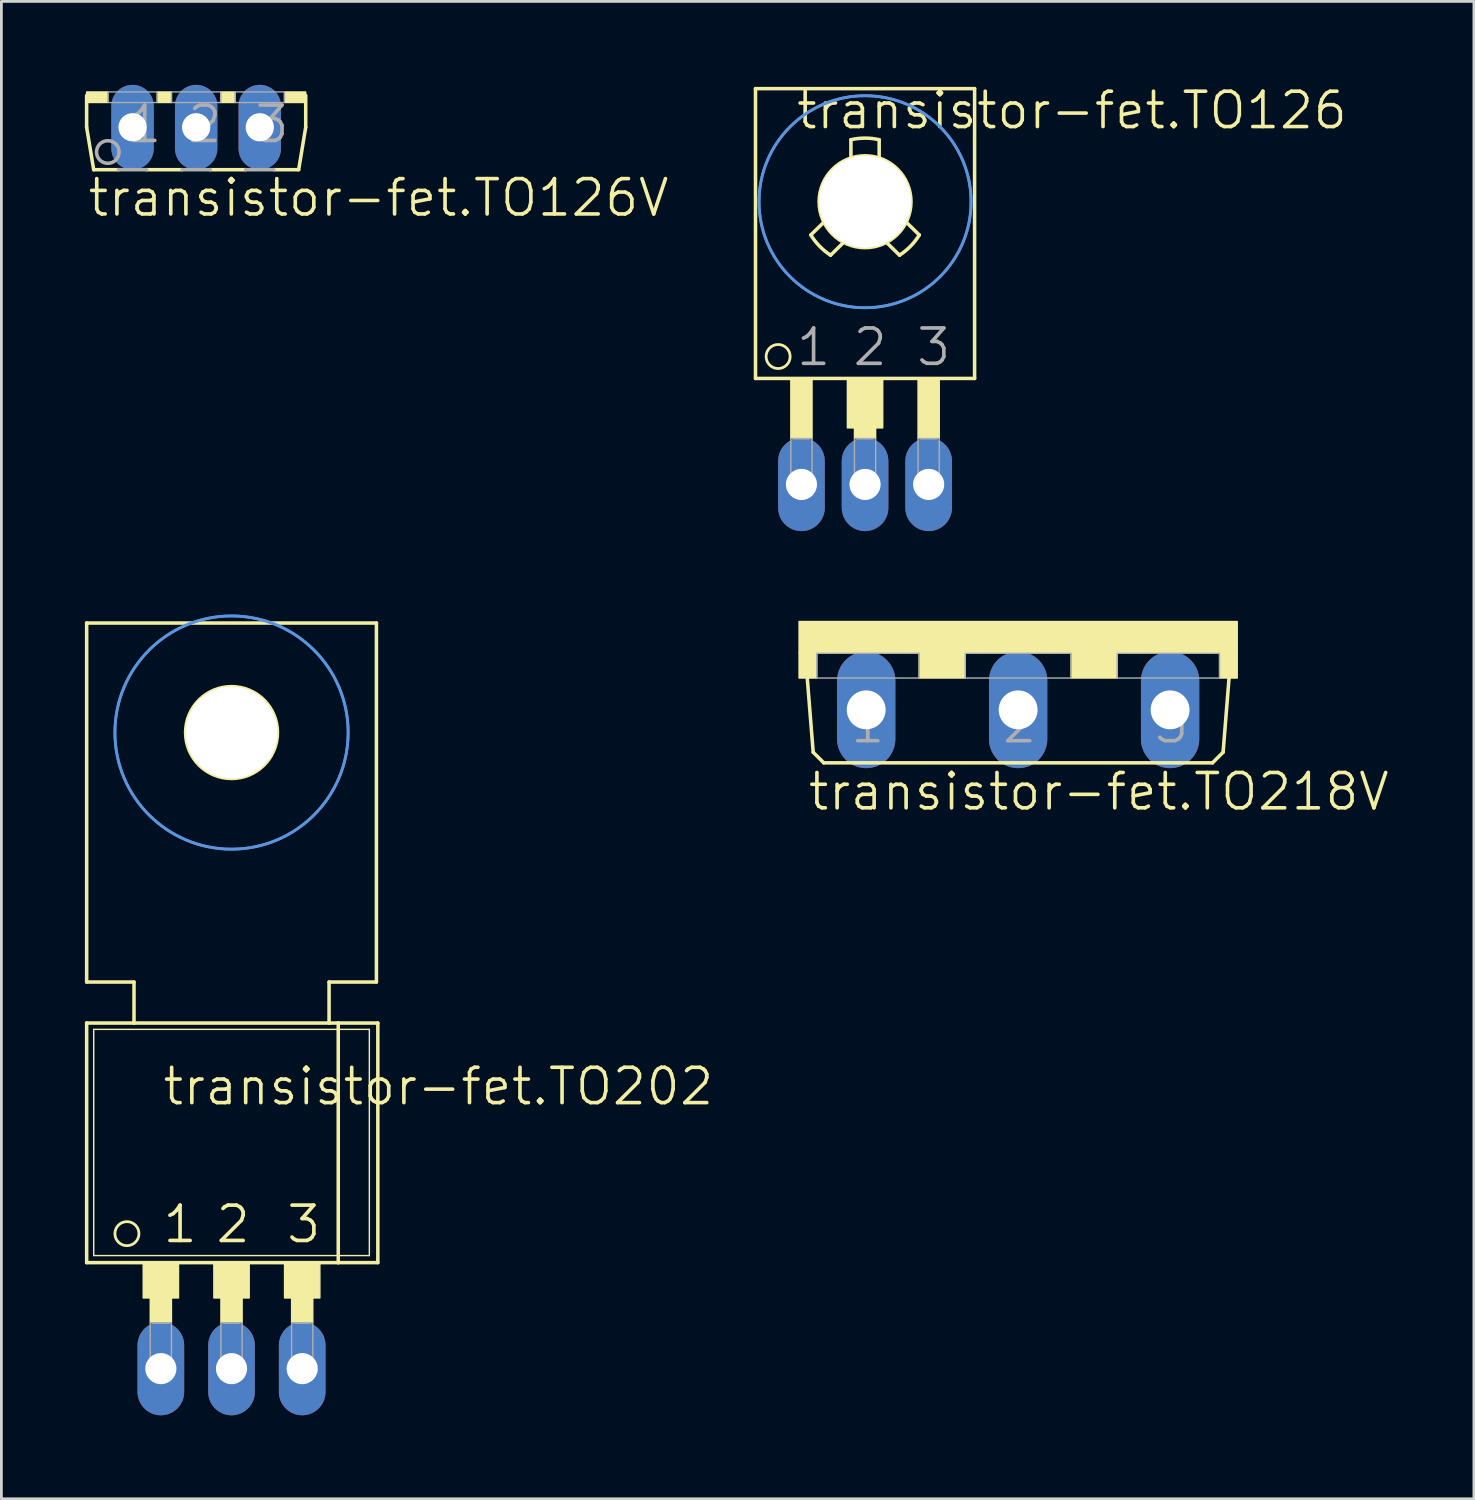
<source format=kicad_pcb>
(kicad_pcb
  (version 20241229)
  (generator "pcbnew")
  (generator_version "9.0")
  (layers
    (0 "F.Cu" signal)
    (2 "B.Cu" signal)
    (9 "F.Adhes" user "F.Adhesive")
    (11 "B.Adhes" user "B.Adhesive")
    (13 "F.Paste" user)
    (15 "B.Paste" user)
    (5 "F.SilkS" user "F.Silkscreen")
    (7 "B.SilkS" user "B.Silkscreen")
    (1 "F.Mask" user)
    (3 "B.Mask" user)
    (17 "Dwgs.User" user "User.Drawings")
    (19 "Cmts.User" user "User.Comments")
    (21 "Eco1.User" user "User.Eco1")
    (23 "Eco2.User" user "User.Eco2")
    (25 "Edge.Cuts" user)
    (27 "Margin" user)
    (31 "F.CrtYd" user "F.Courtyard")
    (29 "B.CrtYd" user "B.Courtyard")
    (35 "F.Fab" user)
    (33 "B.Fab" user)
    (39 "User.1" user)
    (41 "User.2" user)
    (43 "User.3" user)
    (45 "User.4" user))
  (footprint "transistor-fet.TO202"
    (layer "F.Cu")
    (at 5.271 41.057)
    (property "Reference" "transistor-fet.TO202" (at -2.54 -4.318 0) (layer "F.SilkS") (effects (font (size 1.27 1.27) (thickness 0.13)) (justify left bottom)))
    (attr through_hole)
    (fp_line (start -5.207 -21.717) (end -5.207 -8.814) (stroke (width 0.127) (type default)) (layer "F.SilkS"))
    (fp_line (start -5.207 -7.341) (end -3.505 -7.341) (stroke (width 0.127) (type default)) (layer "F.SilkS"))
    (fp_line (start -5.207 1.27) (end -5.207 -7.341) (stroke (width 0.127) (type default)) (layer "F.SilkS"))
    (fp_line (start -5.207 1.27) (end 3.835 1.27) (stroke (width 0.127) (type default)) (layer "F.SilkS"))
    (fp_line (start -4.953 1.016) (end -4.953 -7.112) (stroke (width 0.051) (type default)) (layer "F.SilkS"))
    (fp_line (start -4.953 1.016) (end 4.953 1.016) (stroke (width 0.051) (type default)) (layer "F.SilkS"))
    (fp_line (start -3.505 -8.814) (end -5.207 -8.814) (stroke (width 0.127) (type default)) (layer "F.SilkS"))
    (fp_line (start -3.505 -7.341) (end -3.505 -8.814) (stroke (width 0.127) (type default)) (layer "F.SilkS"))
    (fp_line (start -3.505 -7.341) (end 3.505 -7.341) (stroke (width 0.127) (type default)) (layer "F.SilkS"))
    (fp_line (start 3.505 -8.814) (end 3.505 -7.341) (stroke (width 0.127) (type default)) (layer "F.SilkS"))
    (fp_line (start 3.505 -7.341) (end 3.835 -7.341) (stroke (width 0.127) (type default)) (layer "F.SilkS"))
    (fp_line (start 3.835 -7.341) (end 5.258 -7.341) (stroke (width 0.127) (type default)) (layer "F.SilkS"))
    (fp_line (start 3.835 1.27) (end 3.835 -7.341) (stroke (width 0.127) (type default)) (layer "F.SilkS"))
    (fp_line (start 3.835 1.27) (end 5.258 1.27) (stroke (width 0.127) (type default)) (layer "F.SilkS"))
    (fp_line (start 4.953 -7.112) (end -4.953 -7.112) (stroke (width 0.051) (type default)) (layer "F.SilkS"))
    (fp_line (start 4.953 -7.112) (end 4.953 1.016) (stroke (width 0.051) (type default)) (layer "F.SilkS"))
    (fp_line (start 5.207 -21.717) (end -5.207 -21.717) (stroke (width 0.127) (type default)) (layer "F.SilkS"))
    (fp_line (start 5.207 -21.717) (end 5.207 -8.814) (stroke (width 0.127) (type default)) (layer "F.SilkS"))
    (fp_line (start 5.207 -8.814) (end 3.505 -8.814) (stroke (width 0.127) (type default)) (layer "F.SilkS"))
    (fp_line (start 5.258 1.27) (end 5.258 -7.341) (stroke (width 0.127) (type default)) (layer "F.SilkS"))
    (fp_rect (start -3.175 2.54) (end -1.905 1.27) (stroke (width 0.05) (type default)) (fill yes) (layer "F.SilkS"))
    (fp_rect (start -2.921 3.429) (end -2.159 2.54) (stroke (width 0.05) (type default)) (fill yes) (layer "F.SilkS"))
    (fp_rect (start -0.635 2.54) (end 0.635 1.27) (stroke (width 0.05) (type default)) (fill yes) (layer "F.SilkS"))
    (fp_rect (start -0.381 3.429) (end 0.381 2.54) (stroke (width 0.05) (type default)) (fill yes) (layer "F.SilkS"))
    (fp_rect (start 1.905 2.54) (end 3.175 1.27) (stroke (width 0.05) (type default)) (fill yes) (layer "F.SilkS"))
    (fp_rect (start 2.159 3.429) (end 2.921 2.54) (stroke (width 0.05) (type default)) (fill yes) (layer "F.SilkS"))
    (fp_circle (center -3.759 0.229) (end -3.327 0.229) (stroke (width 0.1) (type default)) (fill no) (layer "F.SilkS"))
    (fp_circle (center 0 -17.78) (end 1.651 -17.78) (stroke (width 0.127) (type default)) (fill no) (layer "F.SilkS"))
    (fp_circle (center 0 -17.78) (end 4.191 -17.78) (stroke (width 0.1) (type default)) (fill no) (layer "Cmts.User"))
    (fp_circle (center 0 -17.78) (end 4.191 -17.78) (stroke (width 0.1) (type default)) (fill no) (layer "Cmts.User"))
    (fp_rect (start -2.921 5.08) (end -2.159 3.429) (stroke (width 0.05) (type default)) (fill no) (layer "F.Fab"))
    (fp_rect (start -0.381 5.08) (end 0.381 3.429) (stroke (width 0.05) (type default)) (fill no) (layer "F.Fab"))
    (fp_rect (start 2.159 5.08) (end 2.921 3.429) (stroke (width 0.05) (type default)) (fill no) (layer "F.Fab"))
    (fp_text user "3" (at 1.905 0.635 0) (layer "F.SilkS") (effects (font (size 1.27 1.27) (thickness 0.13)) (justify left bottom)))
    (fp_text user "1" (at -2.54 0.635 0) (layer "F.SilkS") (effects (font (size 1.27 1.27) (thickness 0.13)) (justify left bottom)))
    (fp_text user "2" (at -0.635 0.635 0) (layer "F.SilkS") (effects (font (size 1.27 1.27) (thickness 0.13)) (justify left bottom)))
    (pad "" np_thru_hole circle (at 0 -17.78) (size 3.302 3.302) (drill 3.302) (layers "*.Cu" "*.Mask"))
    (pad "1" thru_hole oval (at -2.54 5.08 90) (size 3.353 1.676) (drill 1.118) (layers "*.Cu" "*.Mask"))
    (pad "2" thru_hole oval (at 0 5.08 90) (size 3.353 1.676) (drill 1.118) (layers "*.Cu" "*.Mask"))
    (pad "3" thru_hole oval (at 2.54 5.08 90) (size 3.353 1.676) (drill 1.118) (layers "*.Cu" "*.Mask")))
  (footprint "transistor-fet.TO126V"
    (layer "F.Cu")
    (at 4 0.254)
    (property "Reference" "transistor-fet.TO126V" (at -3.962 4.547 0) (layer "F.SilkS") (effects (font (size 1.27 1.27) (thickness 0.13)) (justify left bottom)))
    (attr through_hole)
    (fp_line (start -3.937 0.127) (end -3.937 1.27) (stroke (width 0.127) (type default)) (layer "F.SilkS"))
    (fp_line (start -3.937 1.27) (end -3.683 2.794) (stroke (width 0.127) (type default)) (layer "F.SilkS"))
    (fp_line (start -3.683 2.794) (end -2.794 2.794) (stroke (width 0.127) (type default)) (layer "F.SilkS"))
    (fp_line (start -1.778 2.794) (end -0.508 2.794) (stroke (width 0.127) (type default)) (layer "F.SilkS"))
    (fp_line (start 0.508 2.794) (end 1.778 2.794) (stroke (width 0.127) (type default)) (layer "F.SilkS"))
    (fp_line (start 2.794 2.794) (end 3.683 2.794) (stroke (width 0.127) (type default)) (layer "F.SilkS"))
    (fp_line (start 3.683 2.794) (end 3.937 1.27) (stroke (width 0.127) (type default)) (layer "F.SilkS"))
    (fp_line (start 3.937 1.27) (end 3.937 0.127) (stroke (width 0.127) (type default)) (layer "F.SilkS"))
    (fp_rect (start -3.937 0.381) (end -3.175 0) (stroke (width 0.05) (type default)) (fill yes) (layer "F.SilkS"))
    (fp_rect (start -1.397 0.381) (end -0.889 0) (stroke (width 0.05) (type default)) (fill yes) (layer "F.SilkS"))
    (fp_rect (start 0.889 0.381) (end 1.397 0) (stroke (width 0.05) (type default)) (fill yes) (layer "F.SilkS"))
    (fp_rect (start 3.175 0.381) (end 3.937 0) (stroke (width 0.05) (type default)) (fill yes) (layer "F.SilkS"))
    (fp_line (start -2.794 2.794) (end -1.778 2.794) (stroke (width 0.127) (type default)) (layer "F.Fab"))
    (fp_line (start -0.508 2.794) (end 0.508 2.794) (stroke (width 0.127) (type default)) (layer "F.Fab"))
    (fp_line (start 1.778 2.794) (end 2.794 2.794) (stroke (width 0.127) (type default)) (layer "F.Fab"))
    (fp_rect (start -3.175 0.381) (end -1.397 0) (stroke (width 0.05) (type default)) (fill no) (layer "F.Fab"))
    (fp_rect (start -0.889 0.381) (end 0.889 0) (stroke (width 0.05) (type default)) (fill no) (layer "F.Fab"))
    (fp_rect (start 1.397 0.381) (end 3.175 0) (stroke (width 0.05) (type default)) (fill no) (layer "F.Fab"))
    (fp_circle (center -3.175 2.159) (end -2.769 2.159) (stroke (width 0.127) (type default)) (fill no) (layer "F.Fab"))
    (fp_text user "2" (at -0.381 1.905 0) (layer "F.Fab") (effects (font (size 1.27 1.27) (thickness 0.13)) (justify left bottom)))
    (fp_text user "3" (at 2.032 1.905 0) (layer "F.Fab") (effects (font (size 1.27 1.27) (thickness 0.13)) (justify left bottom)))
    (fp_text user "1" (at -2.54 1.905 0) (layer "F.Fab") (effects (font (size 1.27 1.27) (thickness 0.13)) (justify left bottom)))
    (pad "1" thru_hole oval (at -2.286 1.27 90) (size 3.048 1.524) (drill 1.016) (layers "*.Cu" "*.Mask"))
    (pad "2" thru_hole oval (at 0 1.27 90) (size 3.048 1.524) (drill 1.016) (layers "*.Cu" "*.Mask"))
    (pad "3" thru_hole oval (at 2.286 1.27 90) (size 3.048 1.524) (drill 1.016) (layers "*.Cu" "*.Mask")))
  (footprint "transistor-fet.TO126"
    (layer "F.Cu")
    (at 28.039 9.28)
    (property "Reference" "transistor-fet.TO126" (at -2.54 -7.62 0) (layer "F.SilkS") (effects (font (size 1.27 1.27) (thickness 0.13)) (justify left bottom)))
    (attr through_hole)
    (fp_line (start -3.937 -9.144) (end 3.937 -9.144) (stroke (width 0.127) (type default)) (layer "F.SilkS"))
    (fp_line (start -3.937 1.27) (end -3.937 -9.144) (stroke (width 0.127) (type default)) (layer "F.SilkS"))
    (fp_line (start -3.937 1.27) (end 3.937 1.27) (stroke (width 0.127) (type default)) (layer "F.SilkS"))
    (fp_line (start -1.479 -4.346) (end -1.949 -3.886) (stroke (width 0.127) (type default)) (layer "F.SilkS"))
    (fp_line (start -0.769 -3.619) (end -1.239 -3.159) (stroke (width 0.127) (type default)) (layer "F.SilkS"))
    (fp_line (start -0.508 -6.651) (end -0.508 -7.309) (stroke (width 0.127) (type default)) (layer "F.SilkS"))
    (fp_line (start 0.508 -6.651) (end 0.508 -7.309) (stroke (width 0.127) (type default)) (layer "F.SilkS"))
    (fp_line (start 0.769 -3.619) (end 1.239 -3.159) (stroke (width 0.127) (type default)) (layer "F.SilkS"))
    (fp_line (start 1.479 -4.346) (end 1.949 -3.886) (stroke (width 0.127) (type default)) (layer "F.SilkS"))
    (fp_line (start 3.937 -9.144) (end 3.937 1.27) (stroke (width 0.127) (type default)) (layer "F.SilkS"))
    (fp_rect (start -2.667 3.429) (end -1.905 1.27) (stroke (width 0.05) (type default)) (fill yes) (layer "F.SilkS"))
    (fp_rect (start -0.635 3.048) (end 0.635 1.27) (stroke (width 0.05) (type default)) (fill yes) (layer "F.SilkS"))
    (fp_rect (start -0.381 3.429) (end 0.381 1.27) (stroke (width 0.05) (type default)) (fill yes) (layer "F.SilkS"))
    (fp_rect (start 1.905 3.429) (end 2.667 1.27) (stroke (width 0.05) (type default)) (fill yes) (layer "F.SilkS"))
    (fp_arc (start -1.2393 -3.1591) (mid -1.635181 -3.482509) (end -1.9493 -3.8858) (stroke (width 0.127) (type default)) (layer "F.SilkS"))
    (fp_arc (start -0.508 -7.3088) (mid 0 -7.36596) (end 0.508 -7.3088) (stroke (width 0.127) (type default)) (layer "F.SilkS"))
    (fp_arc (start 1.9493 -3.8858) (mid 1.635181 -3.482509) (end 1.2393 -3.1591) (stroke (width 0.127) (type default)) (layer "F.SilkS"))
    (fp_circle (center -3.124 0.483) (end -2.692 0.483) (stroke (width 0.1) (type default)) (fill no) (layer "F.SilkS"))
    (fp_circle (center 0 -5.08) (end 1.651 -5.08) (stroke (width 0.127) (type default)) (fill no) (layer "F.SilkS"))
    (fp_circle (center 0 -5.08) (end 3.81 -5.08) (stroke (width 0.1) (type default)) (fill no) (layer "Cmts.User"))
    (fp_circle (center 0 -5.08) (end 3.81 -5.08) (stroke (width 0.1) (type default)) (fill no) (layer "Cmts.User"))
    (fp_rect (start -2.667 5.207) (end -1.905 3.429) (stroke (width 0.05) (type default)) (fill no) (layer "F.Fab"))
    (fp_rect (start -0.381 5.207) (end 0.381 3.429) (stroke (width 0.05) (type default)) (fill no) (layer "F.Fab"))
    (fp_rect (start 1.905 5.207) (end 2.667 3.429) (stroke (width 0.05) (type default)) (fill no) (layer "F.Fab"))
    (fp_text user "3" (at 1.778 0.889 0) (layer "F.Fab") (effects (font (size 1.27 1.27) (thickness 0.13)) (justify left bottom)))
    (fp_text user "1" (at -2.54 0.889 0) (layer "F.Fab") (effects (font (size 1.27 1.27) (thickness 0.13)) (justify left bottom)))
    (fp_text user "2" (at -0.508 0.889 0) (layer "F.Fab") (effects (font (size 1.27 1.27) (thickness 0.13)) (justify left bottom)))
    (pad "" np_thru_hole circle (at 0 -5.08) (size 3.302 3.302) (drill 3.302) (layers "*.Cu" "*.Mask"))
    (pad "1" thru_hole oval (at -2.286 5.08 90) (size 3.353 1.676) (drill 1.118) (layers "*.Cu" "*.Mask"))
    (pad "2" thru_hole oval (at 0 5.08 90) (size 3.353 1.676) (drill 1.118) (layers "*.Cu" "*.Mask"))
    (pad "3" thru_hole oval (at 2.286 5.08 90) (size 3.353 1.676) (drill 1.118) (layers "*.Cu" "*.Mask")))
  (footprint "transistor-fet.TO218V"
    (layer "F.Cu")
    (at 33.541 19.286)
    (property "Reference" "transistor-fet.TO218V" (at -7.62 6.858 0) (layer "F.SilkS") (effects (font (size 1.27 1.27) (thickness 0.13)) (justify left bottom)))
    (attr through_hole)
    (fp_line (start -7.366 4.699) (end -7.62 1.524) (stroke (width 0.127) (type default)) (layer "F.SilkS"))
    (fp_line (start -6.985 5.08) (end -7.366 4.699) (stroke (width 0.127) (type default)) (layer "F.SilkS"))
    (fp_line (start -6.985 5.08) (end 6.985 5.08) (stroke (width 0.127) (type default)) (layer "F.SilkS"))
    (fp_line (start 6.985 5.08) (end 7.366 4.699) (stroke (width 0.127) (type default)) (layer "F.SilkS"))
    (fp_line (start 7.366 4.699) (end 7.62 1.524) (stroke (width 0.127) (type default)) (layer "F.SilkS"))
    (fp_rect (start -7.874 1.143) (end 7.874 0) (stroke (width 0.05) (type default)) (fill yes) (layer "F.SilkS"))
    (fp_rect (start -7.874 2.032) (end -7.239 1.143) (stroke (width 0.05) (type default)) (fill yes) (layer "F.SilkS"))
    (fp_rect (start -3.556 2.032) (end -1.905 1.143) (stroke (width 0.05) (type default)) (fill yes) (layer "F.SilkS"))
    (fp_rect (start 1.905 2.032) (end 3.556 1.143) (stroke (width 0.05) (type default)) (fill yes) (layer "F.SilkS"))
    (fp_rect (start 7.239 2.032) (end 7.874 1.143) (stroke (width 0.05) (type default)) (fill yes) (layer "F.SilkS"))
    (fp_rect (start -7.239 2.032) (end -3.556 1.143) (stroke (width 0.05) (type default)) (fill no) (layer "F.Fab"))
    (fp_rect (start -1.905 2.032) (end 1.905 1.143) (stroke (width 0.05) (type default)) (fill no) (layer "F.Fab"))
    (fp_rect (start 3.556 2.032) (end 7.239 1.143) (stroke (width 0.05) (type default)) (fill no) (layer "F.Fab"))
    (fp_text user "2" (at -0.635 4.445 0) (layer "F.Fab") (effects (font (size 1.27 1.27) (thickness 0.13)) (justify left bottom)))
    (fp_text user "1" (at -6.096 4.445 0) (layer "F.Fab") (effects (font (size 1.27 1.27) (thickness 0.13)) (justify left bottom)))
    (fp_text user "3" (at 4.826 4.445 0) (layer "F.Fab") (effects (font (size 1.27 1.27) (thickness 0.13)) (justify left bottom)))
    (pad "1" thru_hole oval (at -5.461 3.175 90) (size 4.191 2.095) (drill 1.397) (layers "*.Cu" "*.Mask"))
    (pad "2" thru_hole oval (at 0 3.175 90) (size 4.191 2.095) (drill 1.397) (layers "*.Cu" "*.Mask"))
    (pad "3" thru_hole oval (at 5.461 3.175 90) (size 4.191 2.095) (drill 1.397) (layers "*.Cu" "*.Mask")))
  (gr_rect
    (start -3 -3)
    (end 49.921 50.814)
    (stroke (width 0.1) (type default))
    (fill no)
    (layer "Edge.Cuts")))
</source>
